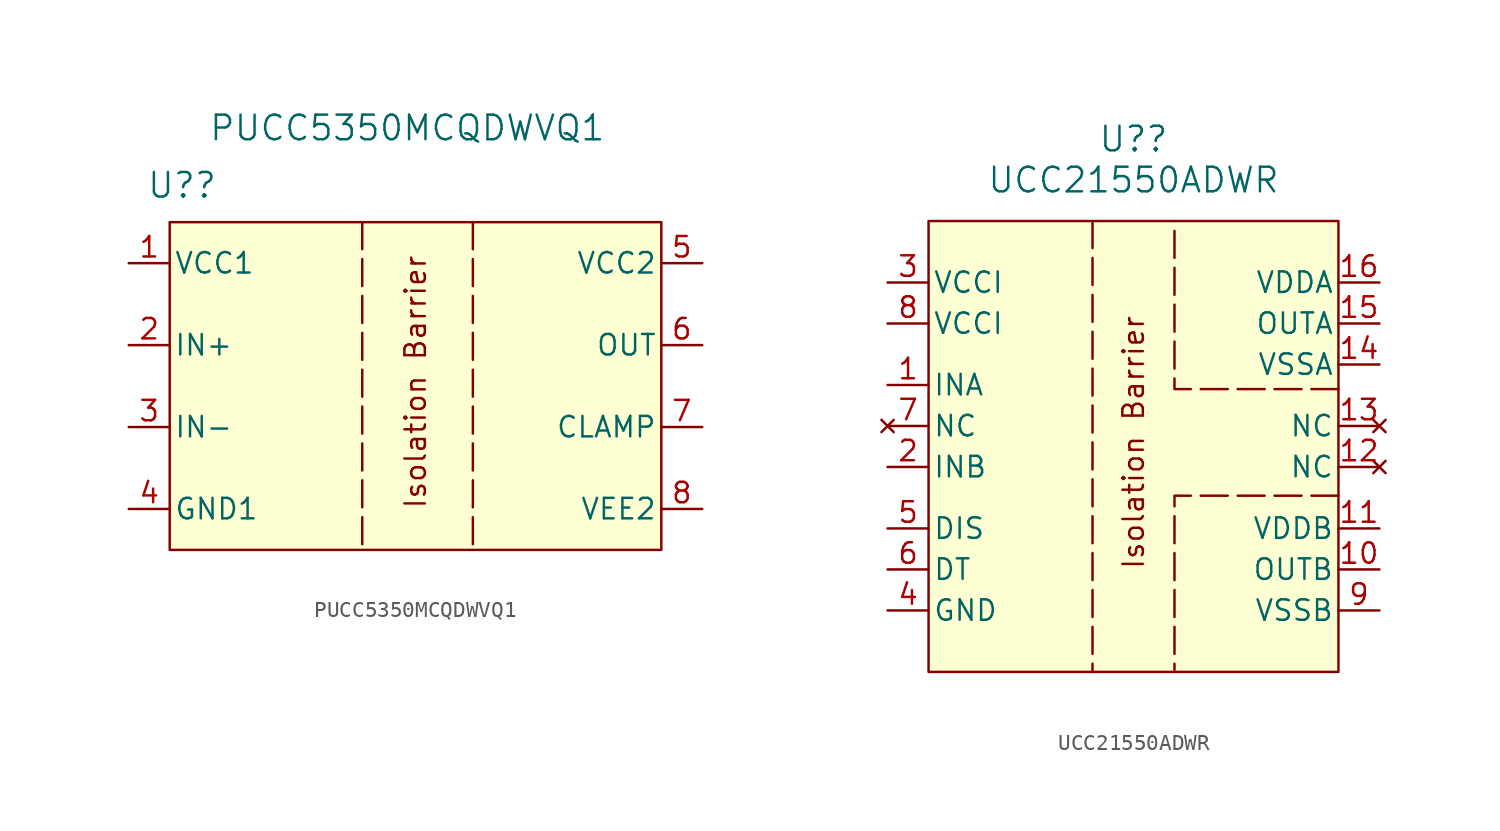
<source format=kicad_sym>
(kicad_symbol_lib
  (version 20241209)
  (generator "kicad_symbol_editor")
  (generator_version "9.0")
  (symbol "PUCC5350MCQDWVQ1"
    (pin_names
      (offset 0.254))
    (property "Reference" "U?"
      (at -14.478 12.446 0)
      (effects (font (size 1.524 1.524))))
    (property "Value" "PUCC5350MCQDWVQ1"
      (at -0.508 16.002 0)
      (effects (font (size 1.524 1.524))))
    (symbol "PUCC5350MCQDWVQ1_0_1"
      (pin power_in line (at -17.78 7.62 0) (length 2.54) (name "VCC1" (effects (font (size 1.27 1.27)))) (number "1" (effects (font (size 1.27 1.27)))))
      (pin input line (at -17.78 2.54 0) (length 2.54) (name "IN+" (effects (font (size 1.27 1.27)))) (number "2" (effects (font (size 1.27 1.27)))))
      (pin input line (at -17.78 -2.54 0) (length 2.54) (name "IN-" (effects (font (size 1.27 1.27)))) (number "3" (effects (font (size 1.27 1.27)))))
      (pin power_in line (at -17.78 -7.62 0) (length 2.54) (name "GND1" (effects (font (size 1.27 1.27)))) (number "4" (effects (font (size 1.27 1.27)))))
      (pin power_in line (at 17.78 7.62 180) (length 2.54) (name "VCC2" (effects (font (size 1.27 1.27)))) (number "5" (effects (font (size 1.27 1.27)))))
      (pin output line (at 17.78 2.54 180) (length 2.54) (name "OUT" (effects (font (size 1.27 1.27)))) (number "6" (effects (font (size 1.27 1.27)))))
      (pin unspecified line (at 17.78 -2.54 180) (length 2.54) (name "CLAMP" (effects (font (size 1.27 1.27)))) (number "7" (effects (font (size 1.27 1.27)))))
      (pin power_in line (at 17.78 -7.62 180) (length 2.54) (name "VEE2" (effects (font (size 1.27 1.27)))) (number "8" (effects (font (size 1.27 1.27))))))
    (symbol "PUCC5350MCQDWVQ1_1_1"
      (rectangle (start -15.24 10.16) (end 15.24 -10.16) (stroke (width 0) (type solid)) (fill (type color) (color 255 255 194 0.7)))
      (polyline (pts (xy -3.302 10.16) (xy -3.302 -10.16)) (stroke (width 0) (type dash)) (fill (type none)))
      (polyline (pts (xy 3.556 10.16) (xy 3.556 -10.16)) (stroke (width 0) (type dash)) (fill (type none)))
      (text "Isolation Barrier" (at 0 0.254 900) (effects (font (size 1.27 1.27))))))
  (symbol "UCC21550ADWR"
    (pin_names
      (offset 0.254))
    (property "Reference" "U?"
      (at 0 17.78 0)
      (effects (font (size 1.524 1.524))))
    (property "Value" "UCC21550ADWR"
      (at 0 15.24 0)
      (effects (font (size 1.524 1.524))))
    (symbol "UCC21550ADWR_0_1"
      (pin power_in line (at -15.24 8.89 0) (length 2.54) (name "VCCI" (effects (font (size 1.27 1.27)))) (number "3" (effects (font (size 1.27 1.27)))))
      (pin power_in line (at -15.24 6.35 0) (length 2.54) (name "VCCI" (effects (font (size 1.27 1.27)))) (number "8" (effects (font (size 1.27 1.27)))))
      (pin input line (at -15.24 2.54 0) (length 2.54) (name "INA" (effects (font (size 1.27 1.27)))) (number "1" (effects (font (size 1.27 1.27)))))
      (pin no_connect line (at -15.24 0 0) (length 2.54) (name "NC" (effects (font (size 1.27 1.27)))) (number "7" (effects (font (size 1.27 1.27)))))
      (pin input line (at -15.24 -2.54 0) (length 2.54) (name "INB" (effects (font (size 1.27 1.27)))) (number "2" (effects (font (size 1.27 1.27)))))
      (pin unspecified line (at -15.24 -6.35 0) (length 2.54) (name "DIS" (effects (font (size 1.27 1.27)))) (number "5" (effects (font (size 1.27 1.27)))))
      (pin input line (at -15.24 -8.89 0) (length 2.54) (name "DT" (effects (font (size 1.27 1.27)))) (number "6" (effects (font (size 1.27 1.27)))))
      (pin power_out line (at -15.24 -11.43 0) (length 2.54) (name "GND" (effects (font (size 1.27 1.27)))) (number "4" (effects (font (size 1.27 1.27)))))
      (pin power_in line (at 15.24 8.89 180) (length 2.54) (name "VDDA" (effects (font (size 1.27 1.27)))) (number "16" (effects (font (size 1.27 1.27)))))
      (pin output line (at 15.24 6.35 180) (length 2.54) (name "OUTA" (effects (font (size 1.27 1.27)))) (number "15" (effects (font (size 1.27 1.27)))))
      (pin power_out line (at 15.24 3.81 180) (length 2.54) (name "VSSA" (effects (font (size 1.27 1.27)))) (number "14" (effects (font (size 1.27 1.27)))))
      (pin no_connect line (at 15.24 0 180) (length 2.54) (name "NC" (effects (font (size 1.27 1.27)))) (number "13" (effects (font (size 1.27 1.27)))))
      (pin no_connect line (at 15.24 -2.54 180) (length 2.54) (name "NC" (effects (font (size 1.27 1.27)))) (number "12" (effects (font (size 1.27 1.27)))))
      (pin power_in line (at 15.24 -6.35 180) (length 2.54) (name "VDDB" (effects (font (size 1.27 1.27)))) (number "11" (effects (font (size 1.27 1.27)))))
      (pin output line (at 15.24 -8.89 180) (length 2.54) (name "OUTB" (effects (font (size 1.27 1.27)))) (number "10" (effects (font (size 1.27 1.27)))))
      (pin power_out line (at 15.24 -11.43 180) (length 2.54) (name "VSSB" (effects (font (size 1.27 1.27)))) (number "9" (effects (font (size 1.27 1.27))))))
    (symbol "UCC21550ADWR_1_1"
      (rectangle (start -12.7 12.7) (end 12.7 -15.24) (stroke (width 0) (type solid)) (fill (type color) (color 255 255 194 0.7)))
      (polyline (pts (xy -2.54 12.7) (xy -2.54 -15.24)) (stroke (width 0) (type dash)) (fill (type none)))
      (polyline (pts (xy 12.7 2.286) (xy 2.54 2.286) (xy 2.54 12.7)) (stroke (width 0) (type dash)) (fill (type none)))
      (polyline (pts (xy 12.7 -4.318) (xy 2.54 -4.318) (xy 2.54 -15.113)) (stroke (width 0) (type dash)) (fill (type none)))
      (text "Isolation Barrier" (at 0 -1.016 900) (effects (font (size 1.27 1.27)))))))
</source>
